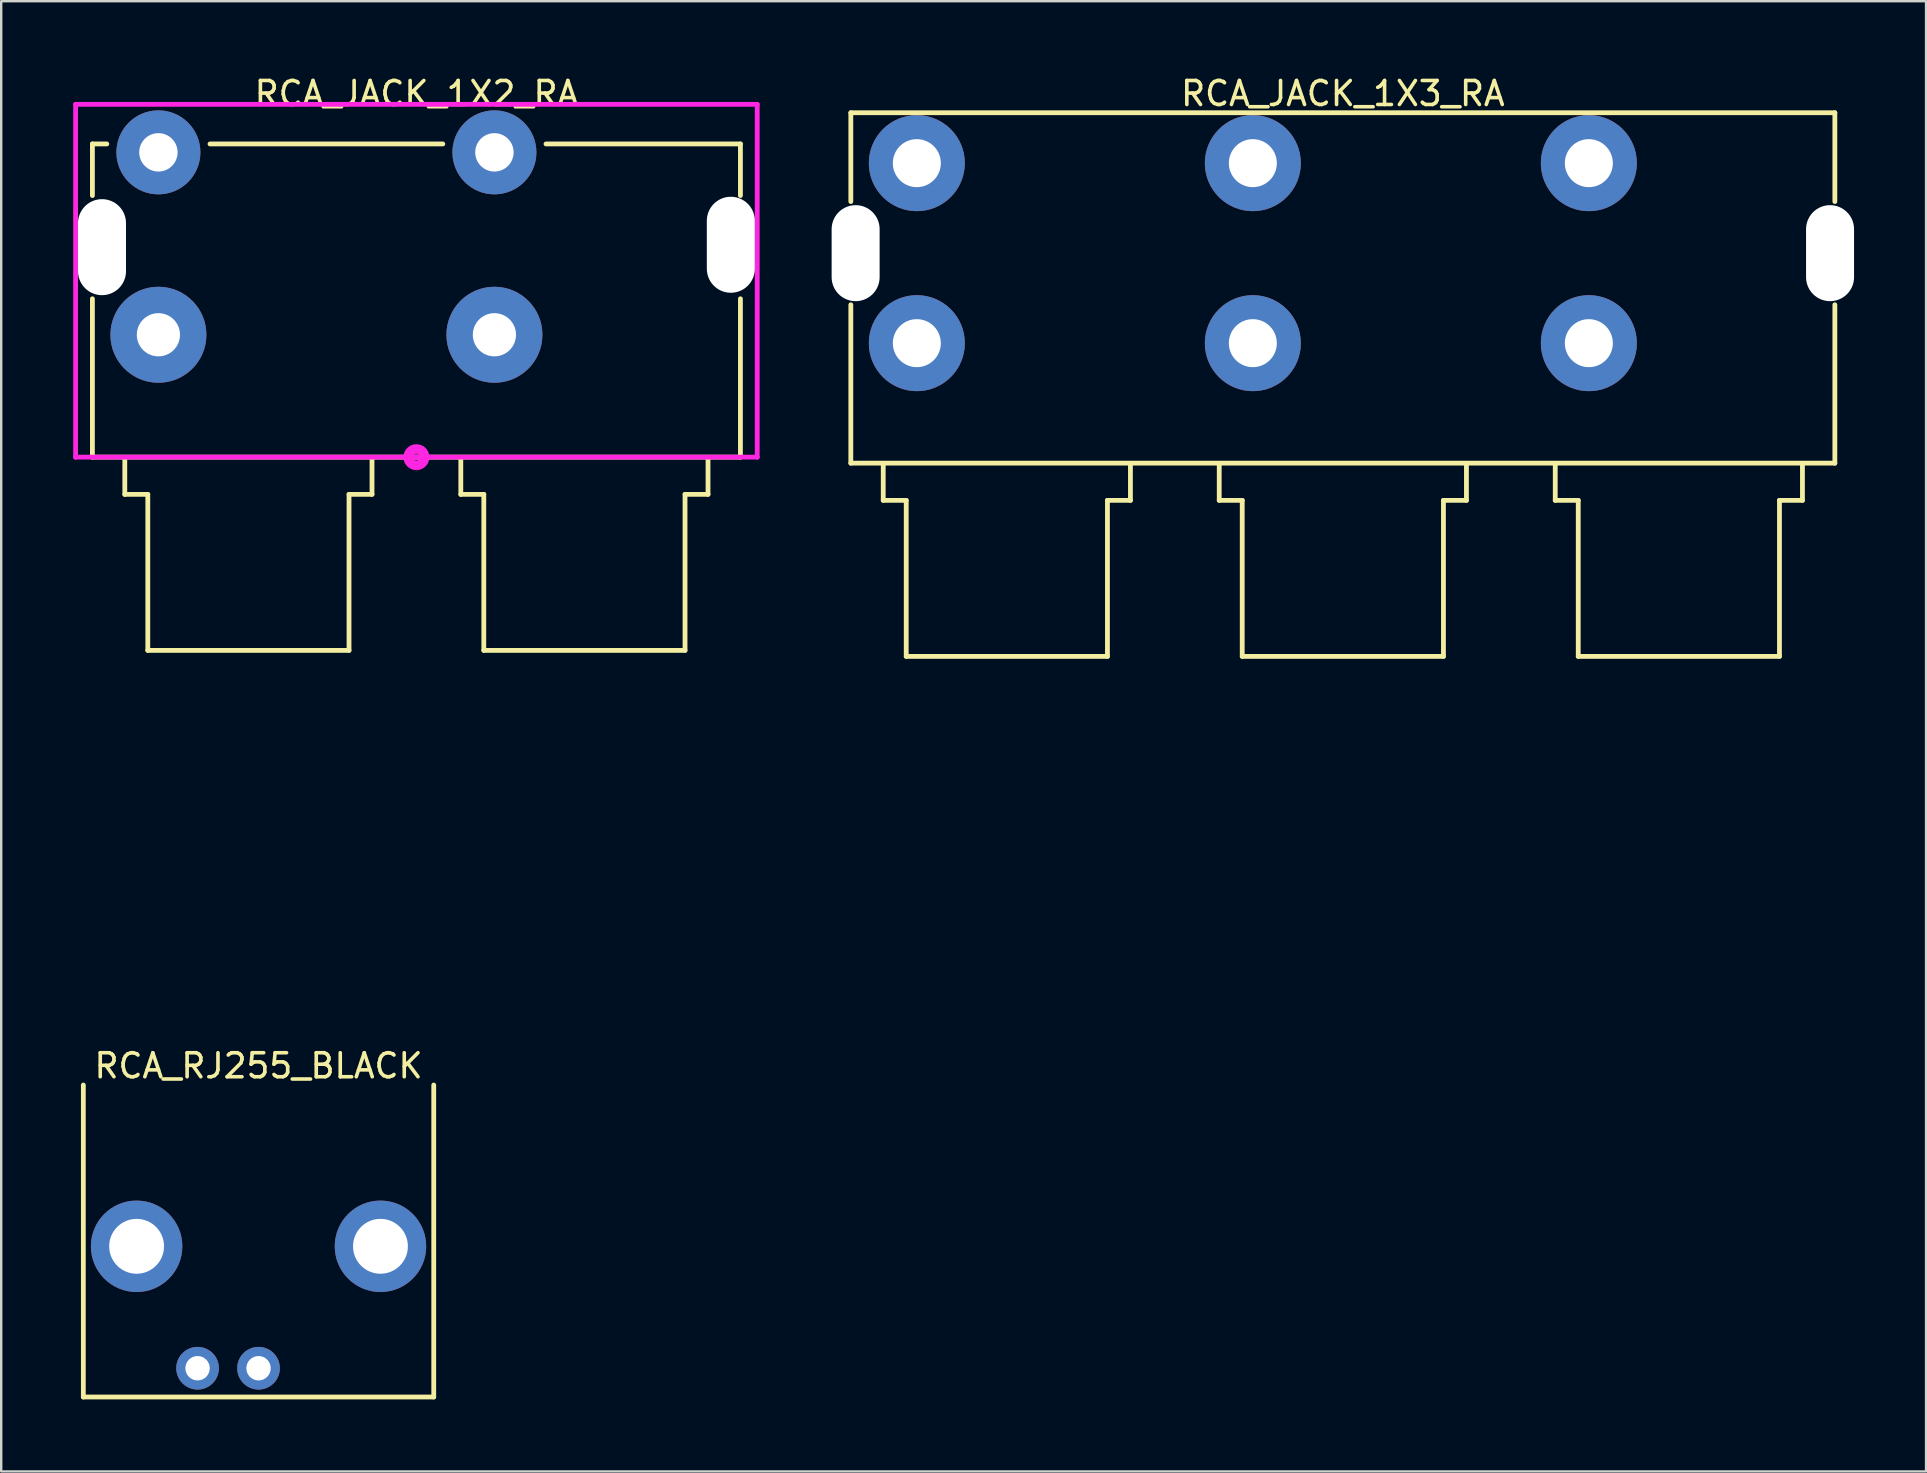
<source format=kicad_pcb>
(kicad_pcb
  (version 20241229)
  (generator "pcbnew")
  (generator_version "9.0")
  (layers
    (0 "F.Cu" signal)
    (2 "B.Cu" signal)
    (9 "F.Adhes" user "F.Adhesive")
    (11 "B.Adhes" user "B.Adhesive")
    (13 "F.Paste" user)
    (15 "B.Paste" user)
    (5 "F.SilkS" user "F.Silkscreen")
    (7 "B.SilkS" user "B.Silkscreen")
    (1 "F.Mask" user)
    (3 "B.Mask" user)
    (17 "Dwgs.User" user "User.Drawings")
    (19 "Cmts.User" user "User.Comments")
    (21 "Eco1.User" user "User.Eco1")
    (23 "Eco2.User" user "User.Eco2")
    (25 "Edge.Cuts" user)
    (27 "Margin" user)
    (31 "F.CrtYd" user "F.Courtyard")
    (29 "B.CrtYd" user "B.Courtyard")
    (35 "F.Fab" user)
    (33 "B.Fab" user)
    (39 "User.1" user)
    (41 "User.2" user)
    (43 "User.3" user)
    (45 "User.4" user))
  (footprint "RCA_RJ255_BLACK"
    (layer "F.Cu")
    (at 7.722 53.958)
    (property "Reference" "RCA_RJ255_BLACK" (at 0 -12.6 0) (layer "F.SilkS") (effects (font (size 1 1) (thickness 0.15))))
    (fp_line (start -7.3 1.2) (end -7.3 -11.8) (stroke (width 0.2) (type solid)) (layer "F.SilkS"))
    (fp_line (start -7.3 1.2) (end 7.3 1.2) (stroke (width 0.2) (type solid)) (layer "F.SilkS"))
    (fp_line (start 7.3 1.2) (end 7.3 -11.8) (stroke (width 0.2) (type solid)) (layer "F.SilkS"))
    (fp_line (start -7.62 -12.065) (end -2.54 -12.065) (stroke (width 0.102) (type solid)) (layer "Eco2.User"))
    (fp_line (start -7.62 -12.065) (end 7.62 -12.065) (stroke (width 0.203) (type solid)) (layer "Eco2.User"))
    (fp_line (start -6.985 -20.32) (end -5.715 -20.955) (stroke (width 0.203) (type solid)) (layer "Eco2.User"))
    (fp_line (start -6.985 -20.32) (end -5.715 -19.685) (stroke (width 0.203) (type solid)) (layer "Eco2.User"))
    (fp_line (start -6.985 -20.32) (end -3.81 -20.32) (stroke (width 0.203) (type solid)) (layer "Eco2.User"))
    (fp_line (start -6.985 -19.05) (end -5.715 -19.685) (stroke (width 0.203) (type solid)) (layer "Eco2.User"))
    (fp_line (start -6.985 -19.05) (end -5.715 -18.415) (stroke (width 0.203) (type solid)) (layer "Eco2.User"))
    (fp_line (start -6.985 -19.05) (end -3.81 -19.05) (stroke (width 0.203) (type solid)) (layer "Eco2.User"))
    (fp_line (start -6.985 -17.78) (end -5.715 -18.415) (stroke (width 0.203) (type solid)) (layer "Eco2.User"))
    (fp_line (start -6.985 -17.78) (end -5.715 -17.145) (stroke (width 0.203) (type solid)) (layer "Eco2.User"))
    (fp_line (start -6.985 -17.78) (end -3.81 -17.78) (stroke (width 0.203) (type solid)) (layer "Eco2.User"))
    (fp_line (start -6.985 -16.51) (end -5.715 -17.145) (stroke (width 0.203) (type solid)) (layer "Eco2.User"))
    (fp_line (start -6.985 -16.51) (end -5.715 -15.875) (stroke (width 0.203) (type solid)) (layer "Eco2.User"))
    (fp_line (start -6.985 -16.51) (end -3.81 -16.51) (stroke (width 0.203) (type solid)) (layer "Eco2.User"))
    (fp_line (start -6.985 -15.24) (end -5.715 -15.875) (stroke (width 0.203) (type solid)) (layer "Eco2.User"))
    (fp_line (start -6.985 -15.24) (end -5.715 -14.605) (stroke (width 0.203) (type solid)) (layer "Eco2.User"))
    (fp_line (start -6.985 -15.24) (end -3.81 -15.24) (stroke (width 0.203) (type solid)) (layer "Eco2.User"))
    (fp_line (start -6.985 -13.97) (end -5.715 -14.605) (stroke (width 0.203) (type solid)) (layer "Eco2.User"))
    (fp_line (start -6.985 -13.97) (end -5.715 -13.335) (stroke (width 0.203) (type solid)) (layer "Eco2.User"))
    (fp_line (start -6.985 -13.97) (end -3.81 -13.97) (stroke (width 0.203) (type solid)) (layer "Eco2.User"))
    (fp_line (start -6.985 -12.7) (end -5.715 -13.335) (stroke (width 0.203) (type solid)) (layer "Eco2.User"))
    (fp_line (start -6.985 -12.7) (end -5.715 -12.065) (stroke (width 0.203) (type solid)) (layer "Eco2.User"))
    (fp_line (start -6.985 -12.7) (end -3.81 -12.7) (stroke (width 0.203) (type solid)) (layer "Eco2.User"))
    (fp_line (start -5.715 -20.955) (end -2.54 -20.955) (stroke (width 0.203) (type solid)) (layer "Eco2.User"))
    (fp_line (start -5.715 -20.955) (end 5.715 -20.955) (stroke (width 0.203) (type solid)) (layer "Eco2.User"))
    (fp_line (start -5.715 -19.685) (end -2.54 -19.685) (stroke (width 0.203) (type solid)) (layer "Eco2.User"))
    (fp_line (start -5.715 -18.415) (end -2.54 -18.415) (stroke (width 0.203) (type solid)) (layer "Eco2.User"))
    (fp_line (start -5.715 -17.145) (end -2.54 -17.145) (stroke (width 0.203) (type solid)) (layer "Eco2.User"))
    (fp_line (start -5.715 -15.875) (end -2.54 -15.875) (stroke (width 0.203) (type solid)) (layer "Eco2.User"))
    (fp_line (start -5.715 -14.605) (end -2.54 -14.605) (stroke (width 0.203) (type solid)) (layer "Eco2.User"))
    (fp_line (start -5.715 -13.335) (end -2.54 -13.335) (stroke (width 0.203) (type solid)) (layer "Eco2.User"))
    (fp_line (start -5.08 -20.955) (end -5.08 -25.4) (stroke (width 0.203) (type solid)) (layer "Eco2.User"))
    (fp_line (start -5.08 -12.065) (end -5.08 -12.7) (stroke (width 0.102) (type solid)) (layer "Eco2.User"))
    (fp_line (start -3.81 -20.32) (end -2.54 -20.955) (stroke (width 0.203) (type solid)) (layer "Eco2.User"))
    (fp_line (start -3.81 -20.32) (end -2.54 -19.685) (stroke (width 0.203) (type solid)) (layer "Eco2.User"))
    (fp_line (start -3.81 -19.05) (end -2.54 -19.685) (stroke (width 0.203) (type solid)) (layer "Eco2.User"))
    (fp_line (start -3.81 -19.05) (end -2.54 -18.415) (stroke (width 0.203) (type solid)) (layer "Eco2.User"))
    (fp_line (start -3.81 -17.78) (end -2.54 -18.415) (stroke (width 0.203) (type solid)) (layer "Eco2.User"))
    (fp_line (start -3.81 -17.78) (end -2.54 -17.145) (stroke (width 0.203) (type solid)) (layer "Eco2.User"))
    (fp_line (start -3.81 -16.51) (end -2.54 -17.145) (stroke (width 0.203) (type solid)) (layer "Eco2.User"))
    (fp_line (start -3.81 -16.51) (end -2.54 -15.875) (stroke (width 0.203) (type solid)) (layer "Eco2.User"))
    (fp_line (start -3.81 -15.24) (end -2.54 -15.875) (stroke (width 0.203) (type solid)) (layer "Eco2.User"))
    (fp_line (start -3.81 -15.24) (end -2.54 -14.605) (stroke (width 0.203) (type solid)) (layer "Eco2.User"))
    (fp_line (start -3.81 -13.97) (end -2.54 -14.605) (stroke (width 0.203) (type solid)) (layer "Eco2.User"))
    (fp_line (start -3.81 -13.97) (end -2.54 -13.335) (stroke (width 0.203) (type solid)) (layer "Eco2.User"))
    (fp_line (start -3.81 -12.7) (end -2.54 -13.335) (stroke (width 0.203) (type solid)) (layer "Eco2.User"))
    (fp_line (start -3.81 -12.7) (end -2.54 -12.065) (stroke (width 0.203) (type solid)) (layer "Eco2.User"))
    (fp_line (start -3.175 -12.065) (end 7.62 -12.065) (stroke (width 0.102) (type solid)) (layer "Eco2.User"))
    (fp_line (start 2.54 -20.955) (end 3.81 -20.32) (stroke (width 0.203) (type solid)) (layer "Eco2.User"))
    (fp_line (start 2.54 -20.955) (end 5.715 -20.955) (stroke (width 0.203) (type solid)) (layer "Eco2.User"))
    (fp_line (start 2.54 -19.685) (end 3.81 -20.32) (stroke (width 0.203) (type solid)) (layer "Eco2.User"))
    (fp_line (start 2.54 -19.685) (end 3.81 -19.05) (stroke (width 0.203) (type solid)) (layer "Eco2.User"))
    (fp_line (start 2.54 -19.685) (end 5.715 -19.685) (stroke (width 0.203) (type solid)) (layer "Eco2.User"))
    (fp_line (start 2.54 -18.415) (end 3.81 -19.05) (stroke (width 0.203) (type solid)) (layer "Eco2.User"))
    (fp_line (start 2.54 -18.415) (end 3.81 -17.78) (stroke (width 0.203) (type solid)) (layer "Eco2.User"))
    (fp_line (start 2.54 -18.415) (end 5.715 -18.415) (stroke (width 0.203) (type solid)) (layer "Eco2.User"))
    (fp_line (start 2.54 -17.145) (end 3.81 -17.78) (stroke (width 0.203) (type solid)) (layer "Eco2.User"))
    (fp_line (start 2.54 -17.145) (end 3.81 -16.51) (stroke (width 0.203) (type solid)) (layer "Eco2.User"))
    (fp_line (start 2.54 -17.145) (end 5.715 -17.145) (stroke (width 0.203) (type solid)) (layer "Eco2.User"))
    (fp_line (start 2.54 -15.875) (end 3.81 -16.51) (stroke (width 0.203) (type solid)) (layer "Eco2.User"))
    (fp_line (start 2.54 -15.875) (end 3.81 -15.24) (stroke (width 0.203) (type solid)) (layer "Eco2.User"))
    (fp_line (start 2.54 -15.875) (end 5.715 -15.875) (stroke (width 0.203) (type solid)) (layer "Eco2.User"))
    (fp_line (start 2.54 -14.605) (end 3.81 -15.24) (stroke (width 0.203) (type solid)) (layer "Eco2.User"))
    (fp_line (start 2.54 -14.605) (end 3.81 -13.97) (stroke (width 0.203) (type solid)) (layer "Eco2.User"))
    (fp_line (start 2.54 -14.605) (end 5.715 -14.605) (stroke (width 0.203) (type solid)) (layer "Eco2.User"))
    (fp_line (start 2.54 -13.335) (end 3.81 -13.97) (stroke (width 0.203) (type solid)) (layer "Eco2.User"))
    (fp_line (start 2.54 -13.335) (end 3.81 -12.7) (stroke (width 0.203) (type solid)) (layer "Eco2.User"))
    (fp_line (start 2.54 -13.335) (end 5.715 -13.335) (stroke (width 0.203) (type solid)) (layer "Eco2.User"))
    (fp_line (start 2.54 -12.065) (end 3.81 -12.7) (stroke (width 0.203) (type solid)) (layer "Eco2.User"))
    (fp_line (start 3.81 -20.32) (end 6.985 -20.32) (stroke (width 0.203) (type solid)) (layer "Eco2.User"))
    (fp_line (start 3.81 -19.05) (end 6.985 -19.05) (stroke (width 0.203) (type solid)) (layer "Eco2.User"))
    (fp_line (start 3.81 -17.78) (end 6.985 -17.78) (stroke (width 0.203) (type solid)) (layer "Eco2.User"))
    (fp_line (start 3.81 -16.51) (end 6.985 -16.51) (stroke (width 0.203) (type solid)) (layer "Eco2.User"))
    (fp_line (start 3.81 -15.24) (end 6.985 -15.24) (stroke (width 0.203) (type solid)) (layer "Eco2.User"))
    (fp_line (start 3.81 -13.97) (end 6.985 -13.97) (stroke (width 0.203) (type solid)) (layer "Eco2.User"))
    (fp_line (start 3.81 -12.7) (end 6.985 -12.7) (stroke (width 0.203) (type solid)) (layer "Eco2.User"))
    (fp_line (start 5.08 -20.955) (end 5.08 -25.4) (stroke (width 0.203) (type solid)) (layer "Eco2.User"))
    (fp_line (start 5.08 -12.065) (end 5.08 -12.7) (stroke (width 0.102) (type solid)) (layer "Eco2.User"))
    (fp_line (start 5.715 -20.955) (end 6.985 -20.32) (stroke (width 0.203) (type solid)) (layer "Eco2.User"))
    (fp_line (start 5.715 -19.685) (end 6.985 -20.32) (stroke (width 0.203) (type solid)) (layer "Eco2.User"))
    (fp_line (start 5.715 -19.685) (end 6.985 -19.05) (stroke (width 0.203) (type solid)) (layer "Eco2.User"))
    (fp_line (start 5.715 -18.415) (end 6.985 -19.05) (stroke (width 0.203) (type solid)) (layer "Eco2.User"))
    (fp_line (start 5.715 -18.415) (end 6.985 -17.78) (stroke (width 0.203) (type solid)) (layer "Eco2.User"))
    (fp_line (start 5.715 -17.145) (end 6.985 -17.78) (stroke (width 0.203) (type solid)) (layer "Eco2.User"))
    (fp_line (start 5.715 -17.145) (end 6.985 -16.51) (stroke (width 0.203) (type solid)) (layer "Eco2.User"))
    (fp_line (start 5.715 -15.875) (end 6.985 -16.51) (stroke (width 0.203) (type solid)) (layer "Eco2.User"))
    (fp_line (start 5.715 -15.875) (end 6.985 -15.24) (stroke (width 0.203) (type solid)) (layer "Eco2.User"))
    (fp_line (start 5.715 -14.605) (end 6.985 -15.24) (stroke (width 0.203) (type solid)) (layer "Eco2.User"))
    (fp_line (start 5.715 -14.605) (end 6.985 -13.97) (stroke (width 0.203) (type solid)) (layer "Eco2.User"))
    (fp_line (start 5.715 -13.335) (end 6.985 -13.97) (stroke (width 0.203) (type solid)) (layer "Eco2.User"))
    (fp_line (start 5.715 -13.335) (end 6.985 -12.7) (stroke (width 0.203) (type solid)) (layer "Eco2.User"))
    (fp_line (start 5.715 -12.065) (end 6.985 -12.7) (stroke (width 0.203) (type solid)) (layer "Eco2.User"))
    (fp_arc (start -5.084396 -25.404396) (mid -2.54 -26.458319) (end 0.004396 -25.404396) (stroke (width 0.2032) (type solid)) (layer "Eco2.User"))
    (fp_arc (start -0.004396 -25.404396) (mid 2.54 -26.458319) (end 5.084396 -25.404396) (stroke (width 0.2032) (type solid)) (layer "Eco2.User"))
    (fp_arc (start 0.004396 -25.395604) (mid -2.54 -24.341681) (end -5.084396 -25.395604) (stroke (width 0.2032) (type solid)) (layer "Eco2.User"))
    (pad "1" thru_hole circle (at 0 0) (size 1.778 1.778) (drill 1.016) (layers "*.Cu" "*.Mask"))
    (pad "2" thru_hole circle (at -2.54 0) (size 1.778 1.778) (drill 1.016) (layers "*.Cu" "*.Mask"))
    (pad "G" thru_hole circle (at -5.08 -5.08) (size 3.81 3.81) (drill 2.286) (layers "*.Cu" "*.Mask"))
    (pad "G" thru_hole circle (at 5.08 -5.08) (size 3.81 3.81) (drill 2.286) (layers "*.Cu" "*.Mask")))
  (footprint "RCA_JACK_1X2_RA"
    (layer "F.Cu")
    (at 14.3 15.998)
    (property "Reference" "RCA_JACK_1X2_RA" (at 0 -15.15 0) (layer "F.SilkS") (effects (font (size 1 1) (thickness 0.15))))
    (fp_line (start -13.5 -13.05) (end -12.9 -13.05) (stroke (width 0.2) (type solid)) (layer "F.SilkS"))
    (fp_line (start -13.5 -10.9) (end -13.5 -13.05) (stroke (width 0.2) (type solid)) (layer "F.SilkS"))
    (fp_line (start -13.5 0) (end -13.5 -6.6) (stroke (width 0.2) (type solid)) (layer "F.SilkS"))
    (fp_line (start -13.5 0) (end 13.5 0) (stroke (width 0.2) (type solid)) (layer "F.SilkS"))
    (fp_line (start -12.15 1.55) (end -12.15 0.05) (stroke (width 0.2) (type solid)) (layer "F.SilkS"))
    (fp_line (start -12.15 1.55) (end -11.192 1.55) (stroke (width 0.2) (type solid)) (layer "F.SilkS"))
    (fp_line (start -11.192 8.05) (end -11.192 1.55) (stroke (width 0.2) (type solid)) (layer "F.SilkS"))
    (fp_line (start -11.192 8.05) (end -2.808 8.05) (stroke (width 0.2) (type solid)) (layer "F.SilkS"))
    (fp_line (start -8.6 -13.05) (end 1.1 -13.05) (stroke (width 0.2) (type solid)) (layer "F.SilkS"))
    (fp_line (start -2.808 1.55) (end -1.85 1.55) (stroke (width 0.2) (type solid)) (layer "F.SilkS"))
    (fp_line (start -2.808 8.05) (end -2.808 1.55) (stroke (width 0.2) (type solid)) (layer "F.SilkS"))
    (fp_line (start -1.85 1.55) (end -1.85 0.05) (stroke (width 0.2) (type solid)) (layer "F.SilkS"))
    (fp_line (start 1.85 1.55) (end 1.85 0.05) (stroke (width 0.2) (type solid)) (layer "F.SilkS"))
    (fp_line (start 1.85 1.55) (end 2.808 1.55) (stroke (width 0.2) (type solid)) (layer "F.SilkS"))
    (fp_line (start 2.808 8.05) (end 2.808 1.55) (stroke (width 0.2) (type solid)) (layer "F.SilkS"))
    (fp_line (start 2.808 8.05) (end 11.192 8.05) (stroke (width 0.2) (type solid)) (layer "F.SilkS"))
    (fp_line (start 5.4 -13.05) (end 13.5 -13.05) (stroke (width 0.2) (type solid)) (layer "F.SilkS"))
    (fp_line (start 11.192 1.55) (end 12.15 1.55) (stroke (width 0.2) (type solid)) (layer "F.SilkS"))
    (fp_line (start 11.192 8.05) (end 11.192 1.55) (stroke (width 0.2) (type solid)) (layer "F.SilkS"))
    (fp_line (start 12.15 1.55) (end 12.15 0.05) (stroke (width 0.2) (type solid)) (layer "F.SilkS"))
    (fp_line (start 13.5 -10.9) (end 13.5 -13.05) (stroke (width 0.2) (type solid)) (layer "F.SilkS"))
    (fp_line (start 13.5 0) (end 13.5 -6.6) (stroke (width 0.2) (type solid)) (layer "F.SilkS"))
    (fp_line (start -14.2 -14.7) (end 14.2 -14.7) (stroke (width 0.2) (type solid)) (layer "F.CrtYd"))
    (fp_line (start -14.2 0) (end -14.2 -14.7) (stroke (width 0.2) (type solid)) (layer "F.CrtYd"))
    (fp_line (start -14.2 0) (end 0.141 0) (stroke (width 0.2) (type solid)) (layer "F.CrtYd"))
    (fp_line (start -0.141 0) (end 14.2 0) (stroke (width 0.2) (type solid)) (layer "F.CrtYd"))
    (fp_line (start 14.2 0) (end 14.2 -14.7) (stroke (width 0.2) (type solid)) (layer "F.CrtYd"))
    (fp_circle (center 0 0) (end 0 -0.141) (stroke (width 0.4) (type solid)) (fill no) (layer "F.CrtYd"))
    (pad "" np_thru_hole oval (at -13.1 -8.75) (size 2 4) (drill oval 2 4) (layers "*.Cu" "*.Mask"))
    (pad "" np_thru_hole oval (at 13.1 -8.85) (size 2 4) (drill oval 2 4) (layers "*.Cu" "*.Mask"))
    (pad "1" thru_hole circle (at -10.75 -5.1) (size 4 4) (drill 1.8) (layers "*.Cu" "*.Mask"))
    (pad "2" thru_hole circle (at -10.75 -12.7) (size 3.5 3.5) (drill 1.6) (layers "*.Cu" "*.Mask"))
    (pad "3" thru_hole circle (at 3.25 -5.1) (size 4 4) (drill 1.8) (layers "*.Cu" "*.Mask"))
    (pad "4" thru_hole circle (at 3.25 -12.7) (size 3.5 3.5) (drill 1.6) (layers "*.Cu" "*.Mask")))
  (footprint "RCA_JACK_1X3_RA"
    (layer "F.Cu")
    (at 52.9 7.498)
    (property "Reference" "RCA_JACK_1X3_RA" (at 0 -6.65 0) (layer "F.SilkS") (effects (font (size 1 1) (thickness 0.15))))
    (fp_line (start -20.5 -5.85) (end 20.5 -5.85) (stroke (width 0.2) (type solid)) (layer "F.SilkS"))
    (fp_line (start -20.5 -2.15) (end -20.5 -5.85) (stroke (width 0.2) (type solid)) (layer "F.SilkS"))
    (fp_line (start -20.5 8.75) (end -20.5 2.15) (stroke (width 0.2) (type solid)) (layer "F.SilkS"))
    (fp_line (start -20.5 8.75) (end 20.5 8.75) (stroke (width 0.2) (type solid)) (layer "F.SilkS"))
    (fp_line (start -19.15 10.3) (end -19.15 8.8) (stroke (width 0.2) (type solid)) (layer "F.SilkS"))
    (fp_line (start -19.15 10.3) (end -18.192 10.3) (stroke (width 0.2) (type solid)) (layer "F.SilkS"))
    (fp_line (start -18.192 16.8) (end -18.192 10.3) (stroke (width 0.2) (type solid)) (layer "F.SilkS"))
    (fp_line (start -18.192 16.8) (end -9.808 16.8) (stroke (width 0.2) (type solid)) (layer "F.SilkS"))
    (fp_line (start -9.808 10.3) (end -8.85 10.3) (stroke (width 0.2) (type solid)) (layer "F.SilkS"))
    (fp_line (start -9.808 16.8) (end -9.808 10.3) (stroke (width 0.2) (type solid)) (layer "F.SilkS"))
    (fp_line (start -8.85 10.3) (end -8.85 8.8) (stroke (width 0.2) (type solid)) (layer "F.SilkS"))
    (fp_line (start -5.15 10.3) (end -5.15 8.8) (stroke (width 0.2) (type solid)) (layer "F.SilkS"))
    (fp_line (start -5.15 10.3) (end -4.192 10.3) (stroke (width 0.2) (type solid)) (layer "F.SilkS"))
    (fp_line (start -4.192 16.8) (end -4.192 10.3) (stroke (width 0.2) (type solid)) (layer "F.SilkS"))
    (fp_line (start -4.192 16.8) (end 4.192 16.8) (stroke (width 0.2) (type solid)) (layer "F.SilkS"))
    (fp_line (start 4.192 10.3) (end 5.15 10.3) (stroke (width 0.2) (type solid)) (layer "F.SilkS"))
    (fp_line (start 4.192 16.8) (end 4.192 10.3) (stroke (width 0.2) (type solid)) (layer "F.SilkS"))
    (fp_line (start 5.15 10.3) (end 5.15 8.8) (stroke (width 0.2) (type solid)) (layer "F.SilkS"))
    (fp_line (start 8.85 10.3) (end 8.85 8.8) (stroke (width 0.2) (type solid)) (layer "F.SilkS"))
    (fp_line (start 8.85 10.3) (end 9.808 10.3) (stroke (width 0.2) (type solid)) (layer "F.SilkS"))
    (fp_line (start 9.808 16.8) (end 9.808 10.3) (stroke (width 0.2) (type solid)) (layer "F.SilkS"))
    (fp_line (start 9.808 16.8) (end 18.192 16.8) (stroke (width 0.2) (type solid)) (layer "F.SilkS"))
    (fp_line (start 18.192 10.3) (end 19.15 10.3) (stroke (width 0.2) (type solid)) (layer "F.SilkS"))
    (fp_line (start 18.192 16.8) (end 18.192 10.3) (stroke (width 0.2) (type solid)) (layer "F.SilkS"))
    (fp_line (start 19.15 10.3) (end 19.15 8.8) (stroke (width 0.2) (type solid)) (layer "F.SilkS"))
    (fp_line (start 20.5 -2.15) (end 20.5 -5.85) (stroke (width 0.2) (type solid)) (layer "F.SilkS"))
    (fp_line (start 20.5 8.75) (end 20.5 2.15) (stroke (width 0.2) (type solid)) (layer "F.SilkS"))
    (fp_circle (center 0 0) (end 0 -0.141) (stroke (width 0.4) (type solid)) (fill no) (layer "Eco2.User"))
    (pad "" np_thru_hole oval (at -20.3 0) (size 2 4) (drill oval 2 4) (layers "*.Cu" "*.Mask"))
    (pad "" np_thru_hole oval (at 20.3 0) (size 2 4) (drill oval 2 4) (layers "*.Cu" "*.Mask"))
    (pad "1" thru_hole circle (at -17.75 3.75) (size 4 4) (drill 2) (layers "*.Cu" "*.Mask"))
    (pad "2" thru_hole circle (at -17.75 -3.75) (size 4 4) (drill 2) (layers "*.Cu" "*.Mask"))
    (pad "3" thru_hole circle (at -3.75 3.75) (size 4 4) (drill 2) (layers "*.Cu" "*.Mask"))
    (pad "4" thru_hole circle (at -3.75 -3.75) (size 4 4) (drill 2) (layers "*.Cu" "*.Mask"))
    (pad "5" thru_hole circle (at 10.25 3.75) (size 4 4) (drill 2) (layers "*.Cu" "*.Mask"))
    (pad "6" thru_hole circle (at 10.25 -3.75) (size 4 4) (drill 2) (layers "*.Cu" "*.Mask")))
  (gr_rect
    (start -3 -3)
    (end 77.2 58.258)
    (stroke (width 0.1) (type default))
    (fill no)
    (layer "Edge.Cuts")))
</source>
